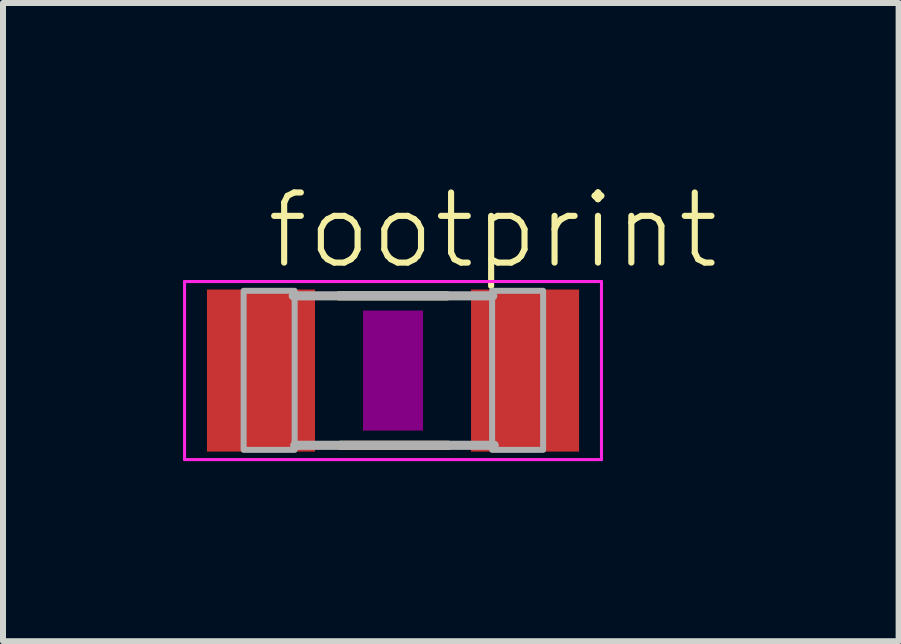
<source format=kicad_pcb>
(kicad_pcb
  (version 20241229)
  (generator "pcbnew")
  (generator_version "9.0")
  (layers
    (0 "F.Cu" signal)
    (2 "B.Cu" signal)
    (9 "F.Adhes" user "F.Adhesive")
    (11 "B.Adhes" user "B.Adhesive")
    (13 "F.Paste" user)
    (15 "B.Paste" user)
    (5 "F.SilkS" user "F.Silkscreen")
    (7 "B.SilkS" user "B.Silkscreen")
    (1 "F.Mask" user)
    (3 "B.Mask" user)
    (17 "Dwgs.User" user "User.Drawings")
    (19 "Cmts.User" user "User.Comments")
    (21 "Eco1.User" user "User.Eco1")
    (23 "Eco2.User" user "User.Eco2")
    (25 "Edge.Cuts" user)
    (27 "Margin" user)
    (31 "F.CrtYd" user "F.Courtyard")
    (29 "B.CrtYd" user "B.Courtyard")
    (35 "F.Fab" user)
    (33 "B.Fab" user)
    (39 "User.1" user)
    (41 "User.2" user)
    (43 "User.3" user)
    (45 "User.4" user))
  (footprint "footprint"
    (layer "F.Cu")
    (at 3.498 3.124)
    (property "Reference" "footprint" (at -2.159 -1.651 0) (layer "F.SilkS") (effects (font (size 1.168 1.168) (thickness 0.102)) (justify left bottom)))
    (fp_line (start -0.9 -1.245) (end 0.9 -1.245) (stroke (width 0.152) (type solid)) (layer "F.SilkS"))
    (fp_line (start -0.875 1.245) (end 0.925 1.245) (stroke (width 0.152) (type solid)) (layer "F.SilkS"))
    (fp_poly (pts (xy -0.5 1) (xy 0.5 1) (xy 0.5 -1) (xy -0.5 -1)) (stroke (width 0) (type solid)) (fill yes) (layer "F.Adhes"))
    (fp_line (start -3.473 -1.483) (end 3.473 -1.483) (stroke (width 0.051) (type solid)) (layer "F.CrtYd"))
    (fp_line (start -3.473 1.483) (end -3.473 -1.483) (stroke (width 0.051) (type solid)) (layer "F.CrtYd"))
    (fp_line (start 3.473 -1.483) (end 3.473 1.483) (stroke (width 0.051) (type solid)) (layer "F.CrtYd"))
    (fp_line (start 3.473 1.483) (end -3.473 1.483) (stroke (width 0.051) (type solid)) (layer "F.CrtYd"))
    (fp_line (start -1.662 -1.245) (end 1.662 -1.245) (stroke (width 0.152) (type solid)) (layer "F.Fab"))
    (fp_line (start -1.637 1.245) (end 1.687 1.245) (stroke (width 0.152) (type solid)) (layer "F.Fab"))
    (fp_poly (pts (xy -2.489 1.321) (xy -1.639 1.321) (xy -1.639 -1.329) (xy -2.489 -1.329)) (stroke (width 0.1) (type solid)) (fill no) (layer "F.Fab"))
    (fp_poly (pts (xy 1.651 1.321) (xy 2.501 1.321) (xy 2.501 -1.329) (xy 1.651 -1.329)) (stroke (width 0.1) (type solid)) (fill no) (layer "F.Fab"))
    (pad "1" smd rect (at -2.2 0) (size 1.8 2.7) (layers "F.Cu" "F.Mask" "F.Paste"))
    (pad "2" smd rect (at 2.2 0) (size 1.8 2.7) (layers "F.Cu" "F.Mask" "F.Paste")))
  (gr_rect
    (start -3 -3)
    (end 11.922 7.633)
    (stroke (width 0.1) (type default))
    (fill no)
    (layer "Edge.Cuts")))
</source>
